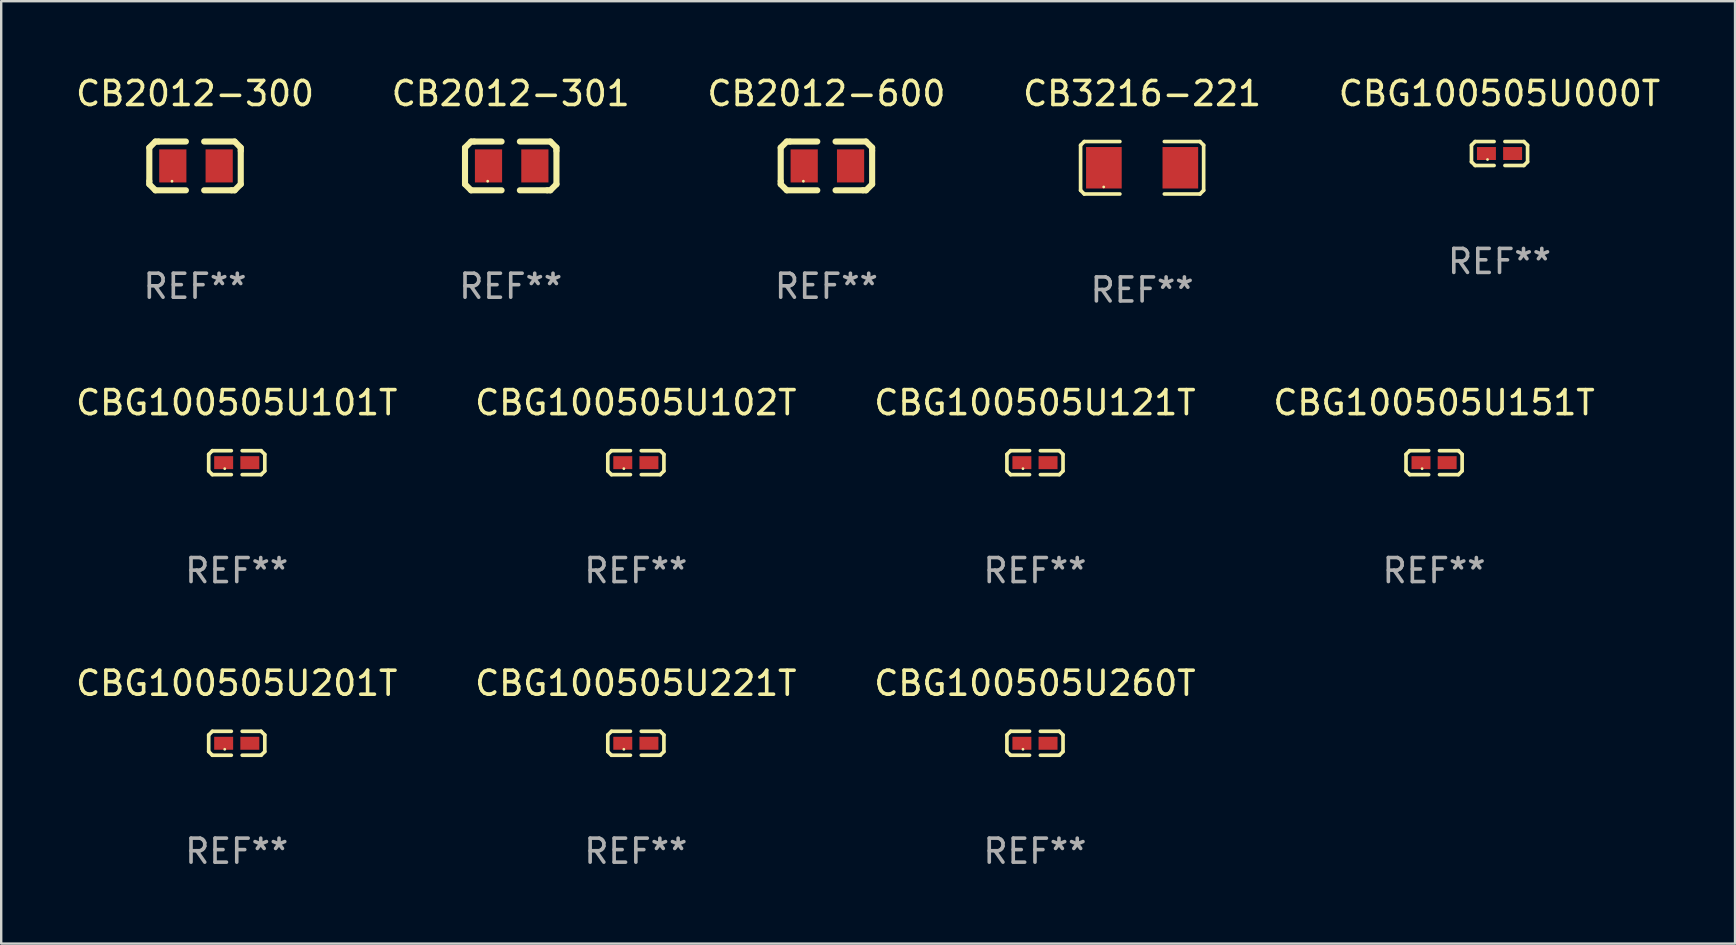
<source format=kicad_pcb>
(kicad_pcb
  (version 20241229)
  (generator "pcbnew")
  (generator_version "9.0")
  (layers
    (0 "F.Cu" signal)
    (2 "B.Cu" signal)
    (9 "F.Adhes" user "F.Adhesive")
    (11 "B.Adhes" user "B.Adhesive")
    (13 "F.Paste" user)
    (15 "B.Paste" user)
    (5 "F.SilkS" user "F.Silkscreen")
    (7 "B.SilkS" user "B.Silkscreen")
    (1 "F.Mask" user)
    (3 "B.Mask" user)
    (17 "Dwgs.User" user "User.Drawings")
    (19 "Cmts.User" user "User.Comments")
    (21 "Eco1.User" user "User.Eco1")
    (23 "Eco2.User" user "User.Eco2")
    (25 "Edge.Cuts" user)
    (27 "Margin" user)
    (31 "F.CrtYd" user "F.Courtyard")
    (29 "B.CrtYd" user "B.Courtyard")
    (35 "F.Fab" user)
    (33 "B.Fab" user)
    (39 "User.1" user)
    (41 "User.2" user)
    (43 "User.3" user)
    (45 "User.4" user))
  (footprint "CB2012-600"
    (layer "F.Cu")
    (at 31.387 3.864)
    (property "Reference" "CB2012-600" (at 0 -3.016 0) (layer "F.SilkS") (effects (font (size 1 1) (thickness 0.15))))
    (attr through_hole)
    (fp_line (start -1.905 -0.762) (end -1.905 0.635) (stroke (width 0.254) (type solid)) (layer "F.SilkS"))
    (fp_line (start -1.905 0.635) (end -1.905 0.762) (stroke (width 0.254) (type solid)) (layer "F.SilkS"))
    (fp_line (start -1.905 0.762) (end -1.651 1.016) (stroke (width 0.254) (type solid)) (layer "F.SilkS"))
    (fp_line (start -1.651 -1.016) (end -1.905 -0.762) (stroke (width 0.254) (type solid)) (layer "F.SilkS"))
    (fp_line (start -1.651 1.016) (end -0.381 1.016) (stroke (width 0.254) (type solid)) (layer "F.SilkS"))
    (fp_line (start -1.524 -1.016) (end -1.651 -1.016) (stroke (width 0.254) (type solid)) (layer "F.SilkS"))
    (fp_line (start -0.381 -1.016) (end -1.524 -1.016) (stroke (width 0.254) (type solid)) (layer "F.SilkS"))
    (fp_line (start 0.381 1.016) (end 1.524 1.016) (stroke (width 0.254) (type solid)) (layer "F.SilkS"))
    (fp_line (start 1.524 1.016) (end 1.651 1.016) (stroke (width 0.254) (type solid)) (layer "F.SilkS"))
    (fp_line (start 1.651 -1.016) (end 0.381 -1.016) (stroke (width 0.254) (type solid)) (layer "F.SilkS"))
    (fp_line (start 1.651 1.016) (end 1.905 0.762) (stroke (width 0.254) (type solid)) (layer "F.SilkS"))
    (fp_line (start 1.905 -0.762) (end 1.651 -1.016) (stroke (width 0.254) (type solid)) (layer "F.SilkS"))
    (fp_line (start 1.905 -0.635) (end 1.905 -0.762) (stroke (width 0.254) (type solid)) (layer "F.SilkS"))
    (fp_line (start 1.905 0.762) (end 1.905 -0.635) (stroke (width 0.254) (type solid)) (layer "F.SilkS"))
    (fp_circle (center -0.96 0.637) (end -0.93 0.637) (stroke (width 0.06) (type solid)) (fill no) (layer "F.SilkS"))
    (fp_text user "REF**" (at 0 5.016 0) (layer "F.Fab") (effects (font (size 1 1) (thickness 0.15))))
    (pad "1" smd rect (at -0.926 -0.000051) (size 1.133 1.377) (layers "F.Cu" "F.Mask" "F.Paste"))
    (pad "2" smd rect (at 1.006 -0.000051) (size 1.133 1.377) (layers "F.Cu" "F.Mask" "F.Paste")))
  (footprint "CBG100505U260T"
    (layer "F.Cu")
    (at 40.077 27.922)
    (property "Reference" "CBG100505U260T" (at 0 -2.499 0) (layer "F.SilkS") (effects (font (size 1 1) (thickness 0.15))))
    (attr through_hole)
    (fp_line (start -1.169 -0.346) (end -1.016 -0.499) (stroke (width 0.152) (type solid)) (layer "F.SilkS"))
    (fp_line (start -1.169 0.346) (end -1.169 -0.346) (stroke (width 0.152) (type solid)) (layer "F.SilkS"))
    (fp_line (start -1.016 -0.499) (end -0.226 -0.499) (stroke (width 0.152) (type solid)) (layer "F.SilkS"))
    (fp_line (start -1.016 0.499) (end -1.169 0.346) (stroke (width 0.152) (type solid)) (layer "F.SilkS"))
    (fp_line (start -0.226 0.499) (end -1.016 0.499) (stroke (width 0.152) (type solid)) (layer "F.SilkS"))
    (fp_line (start 0.226 0.499) (end 1.016 0.499) (stroke (width 0.152) (type solid)) (layer "F.SilkS"))
    (fp_line (start 1.016 -0.499) (end 0.226 -0.499) (stroke (width 0.152) (type solid)) (layer "F.SilkS"))
    (fp_line (start 1.016 0.499) (end 1.169 0.346) (stroke (width 0.152) (type solid)) (layer "F.SilkS"))
    (fp_line (start 1.169 -0.346) (end 1.016 -0.499) (stroke (width 0.152) (type solid)) (layer "F.SilkS"))
    (fp_line (start 1.169 0.346) (end 1.169 -0.346) (stroke (width 0.152) (type solid)) (layer "F.SilkS"))
    (fp_circle (center -0.5 0.25) (end -0.47 0.25) (stroke (width 0.06) (type solid)) (fill no) (layer "F.SilkS"))
    (fp_text user "REF**" (at 0 4.499 0) (layer "F.Fab") (effects (font (size 1 1) (thickness 0.15))))
    (pad "1" smd rect (at -0.545 0) (size 0.79 0.54) (layers "F.Cu" "F.Mask" "F.Paste"))
    (pad "2" smd rect (at 0.545 0) (size 0.79 0.54) (layers "F.Cu" "F.Mask" "F.Paste")))
  (footprint "CB2012-300"
    (layer "F.Cu")
    (at 5.077 3.864)
    (property "Reference" "CB2012-300" (at 0 -3.016 0) (layer "F.SilkS") (effects (font (size 1 1) (thickness 0.15))))
    (attr through_hole)
    (fp_line (start -1.905 -0.762) (end -1.905 0.635) (stroke (width 0.254) (type solid)) (layer "F.SilkS"))
    (fp_line (start -1.905 0.635) (end -1.905 0.762) (stroke (width 0.254) (type solid)) (layer "F.SilkS"))
    (fp_line (start -1.905 0.762) (end -1.651 1.016) (stroke (width 0.254) (type solid)) (layer "F.SilkS"))
    (fp_line (start -1.651 -1.016) (end -1.905 -0.762) (stroke (width 0.254) (type solid)) (layer "F.SilkS"))
    (fp_line (start -1.651 1.016) (end -0.381 1.016) (stroke (width 0.254) (type solid)) (layer "F.SilkS"))
    (fp_line (start -1.524 -1.016) (end -1.651 -1.016) (stroke (width 0.254) (type solid)) (layer "F.SilkS"))
    (fp_line (start -0.381 -1.016) (end -1.524 -1.016) (stroke (width 0.254) (type solid)) (layer "F.SilkS"))
    (fp_line (start 0.381 1.016) (end 1.524 1.016) (stroke (width 0.254) (type solid)) (layer "F.SilkS"))
    (fp_line (start 1.524 1.016) (end 1.651 1.016) (stroke (width 0.254) (type solid)) (layer "F.SilkS"))
    (fp_line (start 1.651 -1.016) (end 0.381 -1.016) (stroke (width 0.254) (type solid)) (layer "F.SilkS"))
    (fp_line (start 1.651 1.016) (end 1.905 0.762) (stroke (width 0.254) (type solid)) (layer "F.SilkS"))
    (fp_line (start 1.905 -0.762) (end 1.651 -1.016) (stroke (width 0.254) (type solid)) (layer "F.SilkS"))
    (fp_line (start 1.905 -0.635) (end 1.905 -0.762) (stroke (width 0.254) (type solid)) (layer "F.SilkS"))
    (fp_line (start 1.905 0.762) (end 1.905 -0.635) (stroke (width 0.254) (type solid)) (layer "F.SilkS"))
    (fp_circle (center -0.96 0.637) (end -0.93 0.637) (stroke (width 0.06) (type solid)) (fill no) (layer "F.SilkS"))
    (fp_text user "REF**" (at 0 5.016 0) (layer "F.Fab") (effects (font (size 1 1) (thickness 0.15))))
    (pad "1" smd rect (at -0.926 -0.000051) (size 1.133 1.377) (layers "F.Cu" "F.Mask" "F.Paste"))
    (pad "2" smd rect (at 1.006 -0.000051) (size 1.133 1.377) (layers "F.Cu" "F.Mask" "F.Paste")))
  (footprint "CBG100505U101T"
    (layer "F.Cu")
    (at 6.815 16.229)
    (property "Reference" "CBG100505U101T" (at 0 -2.499 0) (layer "F.SilkS") (effects (font (size 1 1) (thickness 0.15))))
    (attr through_hole)
    (fp_line (start -1.169 -0.346) (end -1.016 -0.499) (stroke (width 0.152) (type solid)) (layer "F.SilkS"))
    (fp_line (start -1.169 0.346) (end -1.169 -0.346) (stroke (width 0.152) (type solid)) (layer "F.SilkS"))
    (fp_line (start -1.016 -0.499) (end -0.226 -0.499) (stroke (width 0.152) (type solid)) (layer "F.SilkS"))
    (fp_line (start -1.016 0.499) (end -1.169 0.346) (stroke (width 0.152) (type solid)) (layer "F.SilkS"))
    (fp_line (start -0.226 0.499) (end -1.016 0.499) (stroke (width 0.152) (type solid)) (layer "F.SilkS"))
    (fp_line (start 0.226 0.499) (end 1.016 0.499) (stroke (width 0.152) (type solid)) (layer "F.SilkS"))
    (fp_line (start 1.016 -0.499) (end 0.226 -0.499) (stroke (width 0.152) (type solid)) (layer "F.SilkS"))
    (fp_line (start 1.016 0.499) (end 1.169 0.346) (stroke (width 0.152) (type solid)) (layer "F.SilkS"))
    (fp_line (start 1.169 -0.346) (end 1.016 -0.499) (stroke (width 0.152) (type solid)) (layer "F.SilkS"))
    (fp_line (start 1.169 0.346) (end 1.169 -0.346) (stroke (width 0.152) (type solid)) (layer "F.SilkS"))
    (fp_circle (center -0.5 0.25) (end -0.47 0.25) (stroke (width 0.06) (type solid)) (fill no) (layer "F.SilkS"))
    (fp_text user "REF**" (at 0 4.499 0) (layer "F.Fab") (effects (font (size 1 1) (thickness 0.15))))
    (pad "1" smd rect (at -0.545 0) (size 0.79 0.54) (layers "F.Cu" "F.Mask" "F.Paste"))
    (pad "2" smd rect (at 0.545 0) (size 0.79 0.54) (layers "F.Cu" "F.Mask" "F.Paste")))
  (footprint "CBG100505U151T"
    (layer "F.Cu")
    (at 56.708 16.229)
    (property "Reference" "CBG100505U151T" (at 0 -2.499 0) (layer "F.SilkS") (effects (font (size 1 1) (thickness 0.15))))
    (attr through_hole)
    (fp_line (start -1.169 -0.346) (end -1.016 -0.499) (stroke (width 0.152) (type solid)) (layer "F.SilkS"))
    (fp_line (start -1.169 0.346) (end -1.169 -0.346) (stroke (width 0.152) (type solid)) (layer "F.SilkS"))
    (fp_line (start -1.016 -0.499) (end -0.226 -0.499) (stroke (width 0.152) (type solid)) (layer "F.SilkS"))
    (fp_line (start -1.016 0.499) (end -1.169 0.346) (stroke (width 0.152) (type solid)) (layer "F.SilkS"))
    (fp_line (start -0.226 0.499) (end -1.016 0.499) (stroke (width 0.152) (type solid)) (layer "F.SilkS"))
    (fp_line (start 0.226 0.499) (end 1.016 0.499) (stroke (width 0.152) (type solid)) (layer "F.SilkS"))
    (fp_line (start 1.016 -0.499) (end 0.226 -0.499) (stroke (width 0.152) (type solid)) (layer "F.SilkS"))
    (fp_line (start 1.016 0.499) (end 1.169 0.346) (stroke (width 0.152) (type solid)) (layer "F.SilkS"))
    (fp_line (start 1.169 -0.346) (end 1.016 -0.499) (stroke (width 0.152) (type solid)) (layer "F.SilkS"))
    (fp_line (start 1.169 0.346) (end 1.169 -0.346) (stroke (width 0.152) (type solid)) (layer "F.SilkS"))
    (fp_circle (center -0.5 0.25) (end -0.47 0.25) (stroke (width 0.06) (type solid)) (fill no) (layer "F.SilkS"))
    (fp_text user "REF**" (at 0 4.499 0) (layer "F.Fab") (effects (font (size 1 1) (thickness 0.15))))
    (pad "1" smd rect (at -0.545 0) (size 0.79 0.54) (layers "F.Cu" "F.Mask" "F.Paste"))
    (pad "2" smd rect (at 0.545 0) (size 0.79 0.54) (layers "F.Cu" "F.Mask" "F.Paste")))
  (footprint "CB2012-301"
    (layer "F.Cu")
    (at 18.232 3.864)
    (property "Reference" "CB2012-301" (at 0 -3.016 0) (layer "F.SilkS") (effects (font (size 1 1) (thickness 0.15))))
    (attr through_hole)
    (fp_line (start -1.905 -0.762) (end -1.905 0.635) (stroke (width 0.254) (type solid)) (layer "F.SilkS"))
    (fp_line (start -1.905 0.635) (end -1.905 0.762) (stroke (width 0.254) (type solid)) (layer "F.SilkS"))
    (fp_line (start -1.905 0.762) (end -1.651 1.016) (stroke (width 0.254) (type solid)) (layer "F.SilkS"))
    (fp_line (start -1.651 -1.016) (end -1.905 -0.762) (stroke (width 0.254) (type solid)) (layer "F.SilkS"))
    (fp_line (start -1.651 1.016) (end -0.381 1.016) (stroke (width 0.254) (type solid)) (layer "F.SilkS"))
    (fp_line (start -1.524 -1.016) (end -1.651 -1.016) (stroke (width 0.254) (type solid)) (layer "F.SilkS"))
    (fp_line (start -0.381 -1.016) (end -1.524 -1.016) (stroke (width 0.254) (type solid)) (layer "F.SilkS"))
    (fp_line (start 0.381 1.016) (end 1.524 1.016) (stroke (width 0.254) (type solid)) (layer "F.SilkS"))
    (fp_line (start 1.524 1.016) (end 1.651 1.016) (stroke (width 0.254) (type solid)) (layer "F.SilkS"))
    (fp_line (start 1.651 -1.016) (end 0.381 -1.016) (stroke (width 0.254) (type solid)) (layer "F.SilkS"))
    (fp_line (start 1.651 1.016) (end 1.905 0.762) (stroke (width 0.254) (type solid)) (layer "F.SilkS"))
    (fp_line (start 1.905 -0.762) (end 1.651 -1.016) (stroke (width 0.254) (type solid)) (layer "F.SilkS"))
    (fp_line (start 1.905 -0.635) (end 1.905 -0.762) (stroke (width 0.254) (type solid)) (layer "F.SilkS"))
    (fp_line (start 1.905 0.762) (end 1.905 -0.635) (stroke (width 0.254) (type solid)) (layer "F.SilkS"))
    (fp_circle (center -0.96 0.637) (end -0.93 0.637) (stroke (width 0.06) (type solid)) (fill no) (layer "F.SilkS"))
    (fp_text user "REF**" (at 0 5.016 0) (layer "F.Fab") (effects (font (size 1 1) (thickness 0.15))))
    (pad "1" smd rect (at -0.926 -0.000051) (size 1.133 1.377) (layers "F.Cu" "F.Mask" "F.Paste"))
    (pad "2" smd rect (at 1.006 -0.000051) (size 1.133 1.377) (layers "F.Cu" "F.Mask" "F.Paste")))
  (footprint "CBG100505U000T"
    (layer "F.Cu")
    (at 59.435 3.347)
    (property "Reference" "CBG100505U000T" (at 0 -2.499 0) (layer "F.SilkS") (effects (font (size 1 1) (thickness 0.15))))
    (attr through_hole)
    (fp_line (start -1.169 -0.346) (end -1.016 -0.499) (stroke (width 0.152) (type solid)) (layer "F.SilkS"))
    (fp_line (start -1.169 0.346) (end -1.169 -0.346) (stroke (width 0.152) (type solid)) (layer "F.SilkS"))
    (fp_line (start -1.016 -0.499) (end -0.226 -0.499) (stroke (width 0.152) (type solid)) (layer "F.SilkS"))
    (fp_line (start -1.016 0.499) (end -1.169 0.346) (stroke (width 0.152) (type solid)) (layer "F.SilkS"))
    (fp_line (start -0.226 0.499) (end -1.016 0.499) (stroke (width 0.152) (type solid)) (layer "F.SilkS"))
    (fp_line (start 0.226 0.499) (end 1.016 0.499) (stroke (width 0.152) (type solid)) (layer "F.SilkS"))
    (fp_line (start 1.016 -0.499) (end 0.226 -0.499) (stroke (width 0.152) (type solid)) (layer "F.SilkS"))
    (fp_line (start 1.016 0.499) (end 1.169 0.346) (stroke (width 0.152) (type solid)) (layer "F.SilkS"))
    (fp_line (start 1.169 -0.346) (end 1.016 -0.499) (stroke (width 0.152) (type solid)) (layer "F.SilkS"))
    (fp_line (start 1.169 0.346) (end 1.169 -0.346) (stroke (width 0.152) (type solid)) (layer "F.SilkS"))
    (fp_circle (center -0.5 0.25) (end -0.47 0.25) (stroke (width 0.06) (type solid)) (fill no) (layer "F.SilkS"))
    (fp_text user "REF**" (at 0 4.499 0) (layer "F.Fab") (effects (font (size 1 1) (thickness 0.15))))
    (pad "1" smd rect (at -0.545 0) (size 0.79 0.54) (layers "F.Cu" "F.Mask" "F.Paste"))
    (pad "2" smd rect (at 0.545 0) (size 0.79 0.54) (layers "F.Cu" "F.Mask" "F.Paste")))
  (footprint "CB3216-221"
    (layer "F.Cu")
    (at 44.542 3.941)
    (property "Reference" "CB3216-221" (at 0 -3.093 0) (layer "F.SilkS") (effects (font (size 1 1) (thickness 0.15))))
    (attr through_hole)
    (fp_line (start -2.564 -0.94) (end -2.411 -1.093) (stroke (width 0.152) (type solid)) (layer "F.SilkS"))
    (fp_line (start -2.564 0.94) (end -2.564 -0.94) (stroke (width 0.152) (type solid)) (layer "F.SilkS"))
    (fp_line (start -2.411 -1.093) (end -0.926 -1.093) (stroke (width 0.152) (type solid)) (layer "F.SilkS"))
    (fp_line (start -2.411 1.093) (end -2.564 0.94) (stroke (width 0.152) (type solid)) (layer "F.SilkS"))
    (fp_line (start -0.926 1.093) (end -2.411 1.093) (stroke (width 0.152) (type solid)) (layer "F.SilkS"))
    (fp_line (start 0.926 1.093) (end 2.411 1.093) (stroke (width 0.152) (type solid)) (layer "F.SilkS"))
    (fp_line (start 2.411 -1.093) (end 0.926 -1.093) (stroke (width 0.152) (type solid)) (layer "F.SilkS"))
    (fp_line (start 2.411 1.093) (end 2.564 0.94) (stroke (width 0.152) (type solid)) (layer "F.SilkS"))
    (fp_line (start 2.564 -0.94) (end 2.411 -1.093) (stroke (width 0.152) (type solid)) (layer "F.SilkS"))
    (fp_line (start 2.564 0.94) (end 2.564 -0.94) (stroke (width 0.152) (type solid)) (layer "F.SilkS"))
    (fp_circle (center -1.6 0.8) (end -1.57 0.8) (stroke (width 0.06) (type solid)) (fill no) (layer "F.SilkS"))
    (fp_text user "REF**" (at 0 5.093 0) (layer "F.Fab") (effects (font (size 1 1) (thickness 0.15))))
    (pad "1" smd rect (at -1.593 0) (size 1.485 1.728) (layers "F.Cu" "F.Mask" "F.Paste"))
    (pad "2" smd rect (at 1.593 0) (size 1.485 1.728) (layers "F.Cu" "F.Mask" "F.Paste")))
  (footprint "CBG100505U121T"
    (layer "F.Cu")
    (at 40.077 16.229)
    (property "Reference" "CBG100505U121T" (at 0 -2.499 0) (layer "F.SilkS") (effects (font (size 1 1) (thickness 0.15))))
    (attr through_hole)
    (fp_line (start -1.169 -0.346) (end -1.016 -0.499) (stroke (width 0.152) (type solid)) (layer "F.SilkS"))
    (fp_line (start -1.169 0.346) (end -1.169 -0.346) (stroke (width 0.152) (type solid)) (layer "F.SilkS"))
    (fp_line (start -1.016 -0.499) (end -0.226 -0.499) (stroke (width 0.152) (type solid)) (layer "F.SilkS"))
    (fp_line (start -1.016 0.499) (end -1.169 0.346) (stroke (width 0.152) (type solid)) (layer "F.SilkS"))
    (fp_line (start -0.226 0.499) (end -1.016 0.499) (stroke (width 0.152) (type solid)) (layer "F.SilkS"))
    (fp_line (start 0.226 0.499) (end 1.016 0.499) (stroke (width 0.152) (type solid)) (layer "F.SilkS"))
    (fp_line (start 1.016 -0.499) (end 0.226 -0.499) (stroke (width 0.152) (type solid)) (layer "F.SilkS"))
    (fp_line (start 1.016 0.499) (end 1.169 0.346) (stroke (width 0.152) (type solid)) (layer "F.SilkS"))
    (fp_line (start 1.169 -0.346) (end 1.016 -0.499) (stroke (width 0.152) (type solid)) (layer "F.SilkS"))
    (fp_line (start 1.169 0.346) (end 1.169 -0.346) (stroke (width 0.152) (type solid)) (layer "F.SilkS"))
    (fp_circle (center -0.5 0.25) (end -0.47 0.25) (stroke (width 0.06) (type solid)) (fill no) (layer "F.SilkS"))
    (fp_text user "REF**" (at 0 4.499 0) (layer "F.Fab") (effects (font (size 1 1) (thickness 0.15))))
    (pad "1" smd rect (at -0.545 0) (size 0.79 0.54) (layers "F.Cu" "F.Mask" "F.Paste"))
    (pad "2" smd rect (at 0.545 0) (size 0.79 0.54) (layers "F.Cu" "F.Mask" "F.Paste")))
  (footprint "CBG100505U201T"
    (layer "F.Cu")
    (at 6.815 27.922)
    (property "Reference" "CBG100505U201T" (at 0 -2.499 0) (layer "F.SilkS") (effects (font (size 1 1) (thickness 0.15))))
    (attr through_hole)
    (fp_line (start -1.169 -0.346) (end -1.016 -0.499) (stroke (width 0.152) (type solid)) (layer "F.SilkS"))
    (fp_line (start -1.169 0.346) (end -1.169 -0.346) (stroke (width 0.152) (type solid)) (layer "F.SilkS"))
    (fp_line (start -1.016 -0.499) (end -0.226 -0.499) (stroke (width 0.152) (type solid)) (layer "F.SilkS"))
    (fp_line (start -1.016 0.499) (end -1.169 0.346) (stroke (width 0.152) (type solid)) (layer "F.SilkS"))
    (fp_line (start -0.226 0.499) (end -1.016 0.499) (stroke (width 0.152) (type solid)) (layer "F.SilkS"))
    (fp_line (start 0.226 0.499) (end 1.016 0.499) (stroke (width 0.152) (type solid)) (layer "F.SilkS"))
    (fp_line (start 1.016 -0.499) (end 0.226 -0.499) (stroke (width 0.152) (type solid)) (layer "F.SilkS"))
    (fp_line (start 1.016 0.499) (end 1.169 0.346) (stroke (width 0.152) (type solid)) (layer "F.SilkS"))
    (fp_line (start 1.169 -0.346) (end 1.016 -0.499) (stroke (width 0.152) (type solid)) (layer "F.SilkS"))
    (fp_line (start 1.169 0.346) (end 1.169 -0.346) (stroke (width 0.152) (type solid)) (layer "F.SilkS"))
    (fp_circle (center -0.5 0.25) (end -0.47 0.25) (stroke (width 0.06) (type solid)) (fill no) (layer "F.SilkS"))
    (fp_text user "REF**" (at 0 4.499 0) (layer "F.Fab") (effects (font (size 1 1) (thickness 0.15))))
    (pad "1" smd rect (at -0.545 0) (size 0.79 0.54) (layers "F.Cu" "F.Mask" "F.Paste"))
    (pad "2" smd rect (at 0.545 0) (size 0.79 0.54) (layers "F.Cu" "F.Mask" "F.Paste")))
  (footprint "CBG100505U102T"
    (layer "F.Cu")
    (at 23.446 16.229)
    (property "Reference" "CBG100505U102T" (at 0 -2.499 0) (layer "F.SilkS") (effects (font (size 1 1) (thickness 0.15))))
    (attr through_hole)
    (fp_line (start -1.169 -0.346) (end -1.016 -0.499) (stroke (width 0.152) (type solid)) (layer "F.SilkS"))
    (fp_line (start -1.169 0.346) (end -1.169 -0.346) (stroke (width 0.152) (type solid)) (layer "F.SilkS"))
    (fp_line (start -1.016 -0.499) (end -0.226 -0.499) (stroke (width 0.152) (type solid)) (layer "F.SilkS"))
    (fp_line (start -1.016 0.499) (end -1.169 0.346) (stroke (width 0.152) (type solid)) (layer "F.SilkS"))
    (fp_line (start -0.226 0.499) (end -1.016 0.499) (stroke (width 0.152) (type solid)) (layer "F.SilkS"))
    (fp_line (start 0.226 0.499) (end 1.016 0.499) (stroke (width 0.152) (type solid)) (layer "F.SilkS"))
    (fp_line (start 1.016 -0.499) (end 0.226 -0.499) (stroke (width 0.152) (type solid)) (layer "F.SilkS"))
    (fp_line (start 1.016 0.499) (end 1.169 0.346) (stroke (width 0.152) (type solid)) (layer "F.SilkS"))
    (fp_line (start 1.169 -0.346) (end 1.016 -0.499) (stroke (width 0.152) (type solid)) (layer "F.SilkS"))
    (fp_line (start 1.169 0.346) (end 1.169 -0.346) (stroke (width 0.152) (type solid)) (layer "F.SilkS"))
    (fp_circle (center -0.5 0.25) (end -0.47 0.25) (stroke (width 0.06) (type solid)) (fill no) (layer "F.SilkS"))
    (fp_text user "REF**" (at 0 4.499 0) (layer "F.Fab") (effects (font (size 1 1) (thickness 0.15))))
    (pad "1" smd rect (at -0.545 0) (size 0.79 0.54) (layers "F.Cu" "F.Mask" "F.Paste"))
    (pad "2" smd rect (at 0.545 0) (size 0.79 0.54) (layers "F.Cu" "F.Mask" "F.Paste")))
  (footprint "CBG100505U221T"
    (layer "F.Cu")
    (at 23.446 27.922)
    (property "Reference" "CBG100505U221T" (at 0 -2.499 0) (layer "F.SilkS") (effects (font (size 1 1) (thickness 0.15))))
    (attr through_hole)
    (fp_line (start -1.169 -0.346) (end -1.016 -0.499) (stroke (width 0.152) (type solid)) (layer "F.SilkS"))
    (fp_line (start -1.169 0.346) (end -1.169 -0.346) (stroke (width 0.152) (type solid)) (layer "F.SilkS"))
    (fp_line (start -1.016 -0.499) (end -0.226 -0.499) (stroke (width 0.152) (type solid)) (layer "F.SilkS"))
    (fp_line (start -1.016 0.499) (end -1.169 0.346) (stroke (width 0.152) (type solid)) (layer "F.SilkS"))
    (fp_line (start -0.226 0.499) (end -1.016 0.499) (stroke (width 0.152) (type solid)) (layer "F.SilkS"))
    (fp_line (start 0.226 0.499) (end 1.016 0.499) (stroke (width 0.152) (type solid)) (layer "F.SilkS"))
    (fp_line (start 1.016 -0.499) (end 0.226 -0.499) (stroke (width 0.152) (type solid)) (layer "F.SilkS"))
    (fp_line (start 1.016 0.499) (end 1.169 0.346) (stroke (width 0.152) (type solid)) (layer "F.SilkS"))
    (fp_line (start 1.169 -0.346) (end 1.016 -0.499) (stroke (width 0.152) (type solid)) (layer "F.SilkS"))
    (fp_line (start 1.169 0.346) (end 1.169 -0.346) (stroke (width 0.152) (type solid)) (layer "F.SilkS"))
    (fp_circle (center -0.5 0.25) (end -0.47 0.25) (stroke (width 0.06) (type solid)) (fill no) (layer "F.SilkS"))
    (fp_text user "REF**" (at 0 4.499 0) (layer "F.Fab") (effects (font (size 1 1) (thickness 0.15))))
    (pad "1" smd rect (at -0.545 0) (size 0.79 0.54) (layers "F.Cu" "F.Mask" "F.Paste"))
    (pad "2" smd rect (at 0.545 0) (size 0.79 0.54) (layers "F.Cu" "F.Mask" "F.Paste")))
  (gr_rect
    (start -3 -3)
    (end 69.25 36.269)
    (stroke (width 0.1) (type default))
    (fill no)
    (layer "Edge.Cuts")))
</source>
